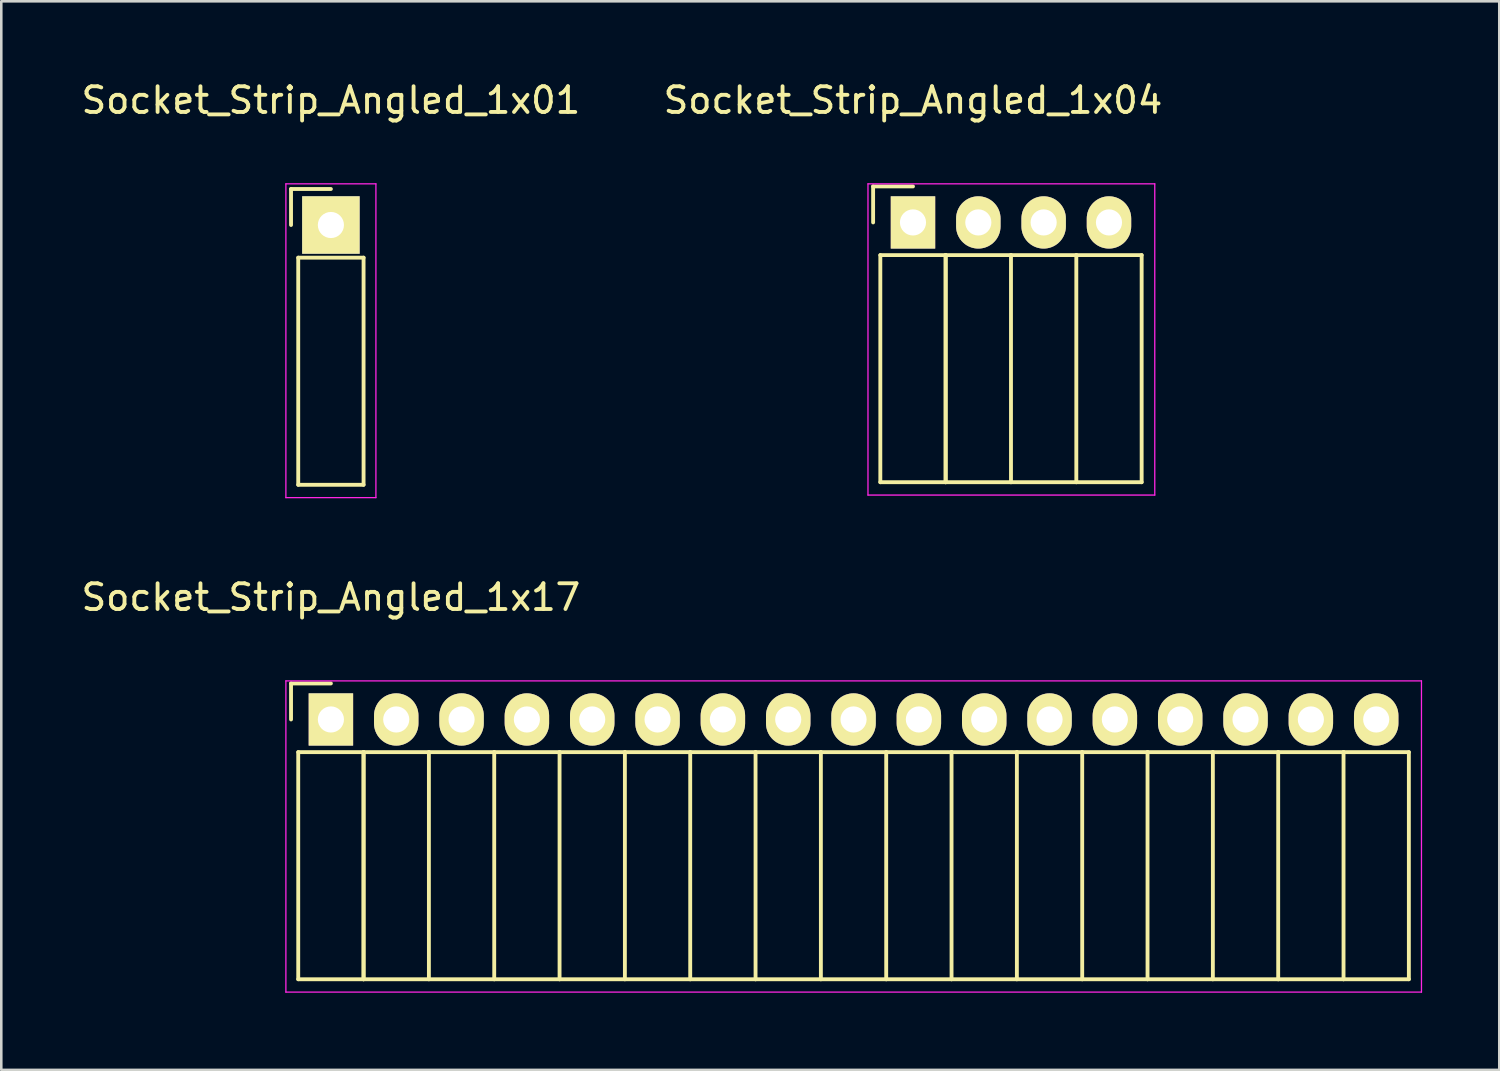
<source format=kicad_pcb>
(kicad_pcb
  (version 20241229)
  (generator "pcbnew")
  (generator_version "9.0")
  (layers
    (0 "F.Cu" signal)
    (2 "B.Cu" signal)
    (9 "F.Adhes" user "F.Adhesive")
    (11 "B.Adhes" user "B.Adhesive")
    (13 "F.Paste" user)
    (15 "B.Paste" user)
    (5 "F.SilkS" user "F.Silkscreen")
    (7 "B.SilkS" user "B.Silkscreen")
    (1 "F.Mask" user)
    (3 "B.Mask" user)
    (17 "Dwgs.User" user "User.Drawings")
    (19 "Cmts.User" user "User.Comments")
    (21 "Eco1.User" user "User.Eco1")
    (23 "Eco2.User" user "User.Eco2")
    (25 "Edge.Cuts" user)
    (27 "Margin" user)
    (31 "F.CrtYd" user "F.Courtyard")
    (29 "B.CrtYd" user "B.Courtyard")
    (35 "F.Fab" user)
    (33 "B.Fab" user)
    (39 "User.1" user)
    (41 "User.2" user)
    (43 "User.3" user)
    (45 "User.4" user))
  (footprint "Socket_Strip_Angled_1x01"
    (layer "F.Cu")
    (at 9.815 5.698)
    (property "Reference" "Socket_Strip_Angled_1x01" (at 0 -4.85 0) (layer "F.SilkS") (effects (font (size 1 1) (thickness 0.15))))
    (attr through_hole)
    (fp_line (start -1.55 -1.4) (end -1.55 0) (stroke (width 0.15) (type solid)) (layer "F.SilkS"))
    (fp_line (start -1.27 10.1) (end -1.27 1.27) (stroke (width 0.15) (type solid)) (layer "F.SilkS"))
    (fp_line (start 0 -1.4) (end -1.55 -1.4) (stroke (width 0.15) (type solid)) (layer "F.SilkS"))
    (fp_line (start 1.27 1.27) (end -1.27 1.27) (stroke (width 0.15) (type solid)) (layer "F.SilkS"))
    (fp_line (start 1.27 1.27) (end 1.27 10.1) (stroke (width 0.15) (type solid)) (layer "F.SilkS"))
    (fp_line (start 1.27 10.1) (end -1.27 10.1) (stroke (width 0.15) (type solid)) (layer "F.SilkS"))
    (fp_line (start -1.75 -1.6) (end -1.75 10.6) (stroke (width 0.05) (type solid)) (layer "F.CrtYd"))
    (fp_line (start -1.75 -1.6) (end 1.75 -1.6) (stroke (width 0.05) (type solid)) (layer "F.CrtYd"))
    (fp_line (start -1.75 10.6) (end 1.75 10.6) (stroke (width 0.05) (type solid)) (layer "F.CrtYd"))
    (fp_line (start 1.75 -1.6) (end 1.75 10.6) (stroke (width 0.05) (type solid)) (layer "F.CrtYd"))
    (pad "1" thru_hole rect (at 0 0) (size 2.235 2.235) (drill 1.016) (layers "*.Cu" "*.Mask" "F.SilkS")))
  (footprint "Socket_Strip_Angled_1x04"
    (layer "F.Cu")
    (at 32.446 5.598)
    (property "Reference" "Socket_Strip_Angled_1x04" (at 0 -4.75 0) (layer "F.SilkS") (effects (font (size 1 1) (thickness 0.15))))
    (attr through_hole)
    (fp_line (start -1.55 -1.4) (end -1.55 0) (stroke (width 0.15) (type solid)) (layer "F.SilkS"))
    (fp_line (start -1.27 1.27) (end -1.27 10.1) (stroke (width 0.15) (type solid)) (layer "F.SilkS"))
    (fp_line (start -1.27 1.27) (end 1.27 1.27) (stroke (width 0.15) (type solid)) (layer "F.SilkS"))
    (fp_line (start -1.27 10.1) (end 1.27 10.1) (stroke (width 0.15) (type solid)) (layer "F.SilkS"))
    (fp_line (start 0 -1.4) (end -1.55 -1.4) (stroke (width 0.15) (type solid)) (layer "F.SilkS"))
    (fp_line (start 1.27 1.27) (end 1.27 10.1) (stroke (width 0.15) (type solid)) (layer "F.SilkS"))
    (fp_line (start 1.27 1.27) (end 3.81 1.27) (stroke (width 0.15) (type solid)) (layer "F.SilkS"))
    (fp_line (start 1.27 10.1) (end 1.27 1.27) (stroke (width 0.15) (type solid)) (layer "F.SilkS"))
    (fp_line (start 1.27 10.1) (end 3.81 10.1) (stroke (width 0.15) (type solid)) (layer "F.SilkS"))
    (fp_line (start 3.81 1.27) (end 6.35 1.27) (stroke (width 0.15) (type solid)) (layer "F.SilkS"))
    (fp_line (start 3.81 10.1) (end 3.81 1.27) (stroke (width 0.15) (type solid)) (layer "F.SilkS"))
    (fp_line (start 3.81 10.1) (end 6.35 10.1) (stroke (width 0.15) (type solid)) (layer "F.SilkS"))
    (fp_line (start 6.35 1.27) (end 8.89 1.27) (stroke (width 0.15) (type solid)) (layer "F.SilkS"))
    (fp_line (start 6.35 10.1) (end 6.35 1.27) (stroke (width 0.15) (type solid)) (layer "F.SilkS"))
    (fp_line (start 6.35 10.1) (end 8.89 10.1) (stroke (width 0.15) (type solid)) (layer "F.SilkS"))
    (fp_line (start 8.89 10.1) (end 8.89 1.27) (stroke (width 0.15) (type solid)) (layer "F.SilkS"))
    (fp_line (start -1.75 -1.5) (end -1.75 10.6) (stroke (width 0.05) (type solid)) (layer "F.CrtYd"))
    (fp_line (start -1.75 -1.5) (end 9.4 -1.5) (stroke (width 0.05) (type solid)) (layer "F.CrtYd"))
    (fp_line (start -1.75 10.6) (end 9.4 10.6) (stroke (width 0.05) (type solid)) (layer "F.CrtYd"))
    (fp_line (start 9.4 -1.5) (end 9.4 10.6) (stroke (width 0.05) (type solid)) (layer "F.CrtYd"))
    (pad "1" thru_hole rect (at 0 0) (size 1.727 2.032) (drill 1.016) (layers "*.Cu" "*.Mask" "F.SilkS"))
    (pad "2" thru_hole oval (at 2.54 0) (size 1.727 2.032) (drill 1.016) (layers "*.Cu" "*.Mask" "F.SilkS"))
    (pad "3" thru_hole oval (at 5.08 0) (size 1.727 2.032) (drill 1.016) (layers "*.Cu" "*.Mask" "F.SilkS"))
    (pad "4" thru_hole oval (at 7.62 0) (size 1.727 2.032) (drill 1.016) (layers "*.Cu" "*.Mask" "F.SilkS")))
  (footprint "Socket_Strip_Angled_1x17"
    (layer "F.Cu")
    (at 9.815 24.922)
    (property "Reference" "Socket_Strip_Angled_1x17" (at 0 -4.75 0) (layer "F.SilkS") (effects (font (size 1 1) (thickness 0.15))))
    (attr through_hole)
    (fp_line (start -1.55 -1.4) (end -1.55 0) (stroke (width 0.15) (type solid)) (layer "F.SilkS"))
    (fp_line (start -1.27 1.27) (end -1.27 10.1) (stroke (width 0.15) (type solid)) (layer "F.SilkS"))
    (fp_line (start -1.27 1.27) (end 1.27 1.27) (stroke (width 0.15) (type solid)) (layer "F.SilkS"))
    (fp_line (start -1.27 10.1) (end 1.27 10.1) (stroke (width 0.15) (type solid)) (layer "F.SilkS"))
    (fp_line (start 0 -1.4) (end -1.55 -1.4) (stroke (width 0.15) (type solid)) (layer "F.SilkS"))
    (fp_line (start 1.27 1.27) (end 1.27 10.1) (stroke (width 0.15) (type solid)) (layer "F.SilkS"))
    (fp_line (start 1.27 1.27) (end 3.81 1.27) (stroke (width 0.15) (type solid)) (layer "F.SilkS"))
    (fp_line (start 1.27 10.1) (end 1.27 1.27) (stroke (width 0.15) (type solid)) (layer "F.SilkS"))
    (fp_line (start 1.27 10.1) (end 3.81 10.1) (stroke (width 0.15) (type solid)) (layer "F.SilkS"))
    (fp_line (start 3.81 1.27) (end 6.35 1.27) (stroke (width 0.15) (type solid)) (layer "F.SilkS"))
    (fp_line (start 3.81 10.1) (end 3.81 1.27) (stroke (width 0.15) (type solid)) (layer "F.SilkS"))
    (fp_line (start 3.81 10.1) (end 6.35 10.1) (stroke (width 0.15) (type solid)) (layer "F.SilkS"))
    (fp_line (start 6.35 1.27) (end 8.89 1.27) (stroke (width 0.15) (type solid)) (layer "F.SilkS"))
    (fp_line (start 6.35 10.1) (end 6.35 1.27) (stroke (width 0.15) (type solid)) (layer "F.SilkS"))
    (fp_line (start 6.35 10.1) (end 8.89 10.1) (stroke (width 0.15) (type solid)) (layer "F.SilkS"))
    (fp_line (start 8.89 1.27) (end 11.43 1.27) (stroke (width 0.15) (type solid)) (layer "F.SilkS"))
    (fp_line (start 8.89 10.1) (end 8.89 1.27) (stroke (width 0.15) (type solid)) (layer "F.SilkS"))
    (fp_line (start 8.89 10.1) (end 11.43 10.1) (stroke (width 0.15) (type solid)) (layer "F.SilkS"))
    (fp_line (start 11.43 1.27) (end 13.97 1.27) (stroke (width 0.15) (type solid)) (layer "F.SilkS"))
    (fp_line (start 11.43 10.1) (end 11.43 1.27) (stroke (width 0.15) (type solid)) (layer "F.SilkS"))
    (fp_line (start 11.43 10.1) (end 13.97 10.1) (stroke (width 0.15) (type solid)) (layer "F.SilkS"))
    (fp_line (start 13.97 1.27) (end 16.51 1.27) (stroke (width 0.15) (type solid)) (layer "F.SilkS"))
    (fp_line (start 13.97 10.1) (end 13.97 1.27) (stroke (width 0.15) (type solid)) (layer "F.SilkS"))
    (fp_line (start 13.97 10.1) (end 16.51 10.1) (stroke (width 0.15) (type solid)) (layer "F.SilkS"))
    (fp_line (start 16.51 1.27) (end 19.05 1.27) (stroke (width 0.15) (type solid)) (layer "F.SilkS"))
    (fp_line (start 16.51 10.1) (end 16.51 1.27) (stroke (width 0.15) (type solid)) (layer "F.SilkS"))
    (fp_line (start 16.51 10.1) (end 19.05 10.1) (stroke (width 0.15) (type solid)) (layer "F.SilkS"))
    (fp_line (start 19.05 1.27) (end 21.59 1.27) (stroke (width 0.15) (type solid)) (layer "F.SilkS"))
    (fp_line (start 19.05 10.1) (end 19.05 1.27) (stroke (width 0.15) (type solid)) (layer "F.SilkS"))
    (fp_line (start 19.05 10.1) (end 21.59 10.1) (stroke (width 0.15) (type solid)) (layer "F.SilkS"))
    (fp_line (start 21.59 1.27) (end 24.13 1.27) (stroke (width 0.15) (type solid)) (layer "F.SilkS"))
    (fp_line (start 21.59 10.1) (end 21.59 1.27) (stroke (width 0.15) (type solid)) (layer "F.SilkS"))
    (fp_line (start 21.59 10.1) (end 24.13 10.1) (stroke (width 0.15) (type solid)) (layer "F.SilkS"))
    (fp_line (start 24.13 1.27) (end 26.67 1.27) (stroke (width 0.15) (type solid)) (layer "F.SilkS"))
    (fp_line (start 24.13 10.1) (end 24.13 1.27) (stroke (width 0.15) (type solid)) (layer "F.SilkS"))
    (fp_line (start 24.13 10.1) (end 26.67 10.1) (stroke (width 0.15) (type solid)) (layer "F.SilkS"))
    (fp_line (start 26.67 1.27) (end 29.21 1.27) (stroke (width 0.15) (type solid)) (layer "F.SilkS"))
    (fp_line (start 26.67 10.1) (end 26.67 1.27) (stroke (width 0.15) (type solid)) (layer "F.SilkS"))
    (fp_line (start 26.67 10.1) (end 29.21 10.1) (stroke (width 0.15) (type solid)) (layer "F.SilkS"))
    (fp_line (start 29.21 1.27) (end 31.75 1.27) (stroke (width 0.15) (type solid)) (layer "F.SilkS"))
    (fp_line (start 29.21 10.1) (end 29.21 1.27) (stroke (width 0.15) (type solid)) (layer "F.SilkS"))
    (fp_line (start 29.21 10.1) (end 31.75 10.1) (stroke (width 0.15) (type solid)) (layer "F.SilkS"))
    (fp_line (start 31.75 1.27) (end 34.29 1.27) (stroke (width 0.15) (type solid)) (layer "F.SilkS"))
    (fp_line (start 31.75 10.1) (end 31.75 1.27) (stroke (width 0.15) (type solid)) (layer "F.SilkS"))
    (fp_line (start 31.75 10.1) (end 34.29 10.1) (stroke (width 0.15) (type solid)) (layer "F.SilkS"))
    (fp_line (start 34.29 1.27) (end 36.83 1.27) (stroke (width 0.15) (type solid)) (layer "F.SilkS"))
    (fp_line (start 34.29 10.1) (end 34.29 1.27) (stroke (width 0.15) (type solid)) (layer "F.SilkS"))
    (fp_line (start 34.29 10.1) (end 36.83 10.1) (stroke (width 0.15) (type solid)) (layer "F.SilkS"))
    (fp_line (start 36.83 1.27) (end 39.37 1.27) (stroke (width 0.15) (type solid)) (layer "F.SilkS"))
    (fp_line (start 36.83 10.1) (end 36.83 1.27) (stroke (width 0.15) (type solid)) (layer "F.SilkS"))
    (fp_line (start 36.83 10.1) (end 39.37 10.1) (stroke (width 0.15) (type solid)) (layer "F.SilkS"))
    (fp_line (start 39.37 1.27) (end 41.91 1.27) (stroke (width 0.15) (type solid)) (layer "F.SilkS"))
    (fp_line (start 39.37 10.1) (end 39.37 1.27) (stroke (width 0.15) (type solid)) (layer "F.SilkS"))
    (fp_line (start 39.37 10.1) (end 41.91 10.1) (stroke (width 0.15) (type solid)) (layer "F.SilkS"))
    (fp_line (start 41.91 10.1) (end 41.91 1.27) (stroke (width 0.15) (type solid)) (layer "F.SilkS"))
    (fp_line (start -1.75 -1.5) (end -1.75 10.6) (stroke (width 0.05) (type solid)) (layer "F.CrtYd"))
    (fp_line (start -1.75 -1.5) (end 42.4 -1.5) (stroke (width 0.05) (type solid)) (layer "F.CrtYd"))
    (fp_line (start -1.75 10.6) (end 42.4 10.6) (stroke (width 0.05) (type solid)) (layer "F.CrtYd"))
    (fp_line (start 42.4 -1.5) (end 42.4 10.6) (stroke (width 0.05) (type solid)) (layer "F.CrtYd"))
    (pad "1" thru_hole rect (at 0 0) (size 1.727 2.032) (drill 1.016) (layers "*.Cu" "*.Mask" "F.SilkS"))
    (pad "2" thru_hole oval (at 2.54 0) (size 1.727 2.032) (drill 1.016) (layers "*.Cu" "*.Mask" "F.SilkS"))
    (pad "3" thru_hole oval (at 5.08 0) (size 1.727 2.032) (drill 1.016) (layers "*.Cu" "*.Mask" "F.SilkS"))
    (pad "4" thru_hole oval (at 7.62 0) (size 1.727 2.032) (drill 1.016) (layers "*.Cu" "*.Mask" "F.SilkS"))
    (pad "5" thru_hole oval (at 10.16 0) (size 1.727 2.032) (drill 1.016) (layers "*.Cu" "*.Mask" "F.SilkS"))
    (pad "6" thru_hole oval (at 12.7 0) (size 1.727 2.032) (drill 1.016) (layers "*.Cu" "*.Mask" "F.SilkS"))
    (pad "7" thru_hole oval (at 15.24 0) (size 1.727 2.032) (drill 1.016) (layers "*.Cu" "*.Mask" "F.SilkS"))
    (pad "8" thru_hole oval (at 17.78 0) (size 1.727 2.032) (drill 1.016) (layers "*.Cu" "*.Mask" "F.SilkS"))
    (pad "9" thru_hole oval (at 20.32 0) (size 1.727 2.032) (drill 1.016) (layers "*.Cu" "*.Mask" "F.SilkS"))
    (pad "10" thru_hole oval (at 22.86 0) (size 1.727 2.032) (drill 1.016) (layers "*.Cu" "*.Mask" "F.SilkS"))
    (pad "11" thru_hole oval (at 25.4 0) (size 1.727 2.032) (drill 1.016) (layers "*.Cu" "*.Mask" "F.SilkS"))
    (pad "12" thru_hole oval (at 27.94 0) (size 1.727 2.032) (drill 1.016) (layers "*.Cu" "*.Mask" "F.SilkS"))
    (pad "13" thru_hole oval (at 30.48 0) (size 1.727 2.032) (drill 1.016) (layers "*.Cu" "*.Mask" "F.SilkS"))
    (pad "14" thru_hole oval (at 33.02 0) (size 1.727 2.032) (drill 1.016) (layers "*.Cu" "*.Mask" "F.SilkS"))
    (pad "15" thru_hole oval (at 35.56 0) (size 1.727 2.032) (drill 1.016) (layers "*.Cu" "*.Mask" "F.SilkS"))
    (pad "16" thru_hole oval (at 38.1 0) (size 1.727 2.032) (drill 1.016) (layers "*.Cu" "*.Mask" "F.SilkS"))
    (pad "17" thru_hole oval (at 40.64 0) (size 1.727 2.032) (drill 1.016) (layers "*.Cu" "*.Mask" "F.SilkS")))
  (gr_rect
    (start -3 -3)
    (end 55.24 38.547)
    (stroke (width 0.1) (type default))
    (fill no)
    (layer "Edge.Cuts")))
</source>
